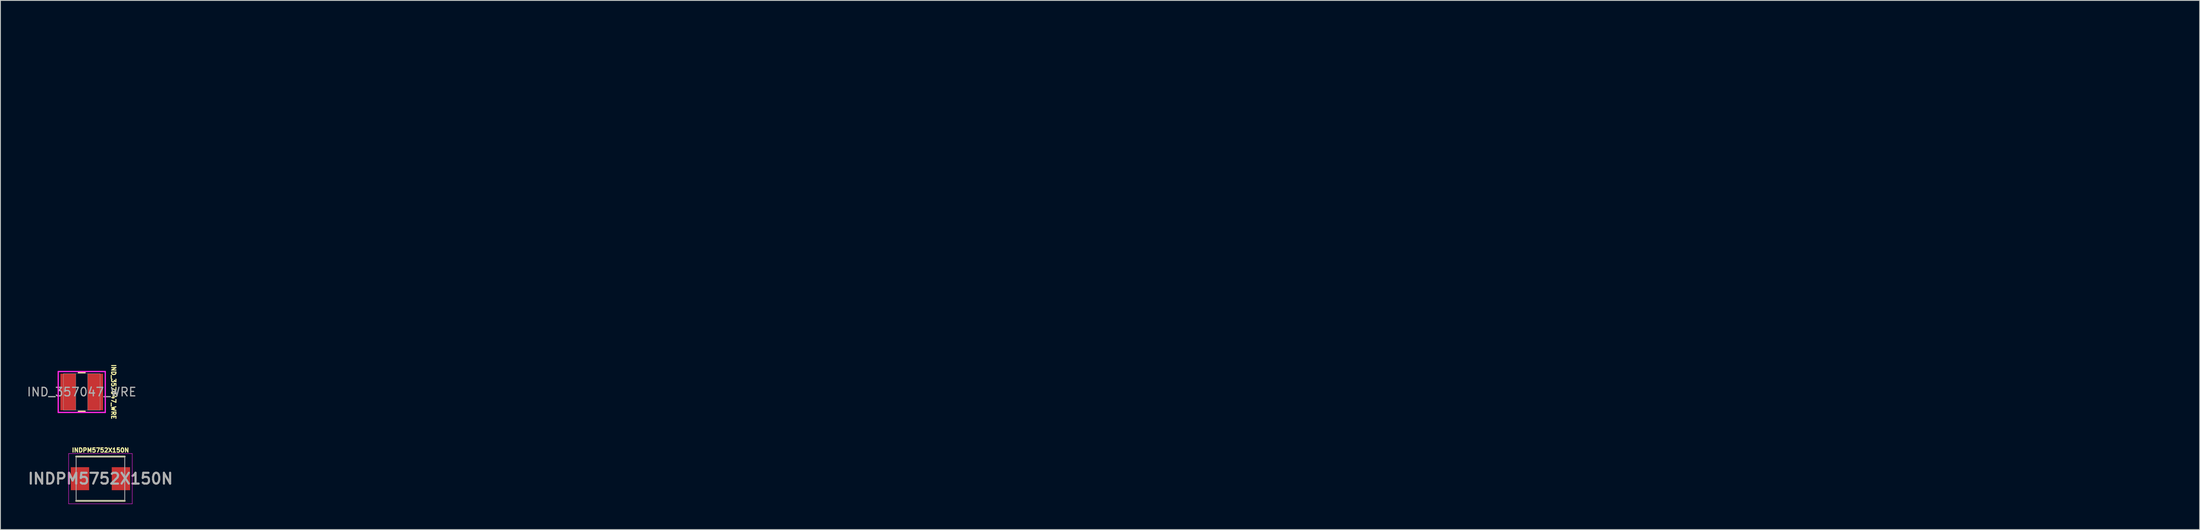
<source format=kicad_pcb>
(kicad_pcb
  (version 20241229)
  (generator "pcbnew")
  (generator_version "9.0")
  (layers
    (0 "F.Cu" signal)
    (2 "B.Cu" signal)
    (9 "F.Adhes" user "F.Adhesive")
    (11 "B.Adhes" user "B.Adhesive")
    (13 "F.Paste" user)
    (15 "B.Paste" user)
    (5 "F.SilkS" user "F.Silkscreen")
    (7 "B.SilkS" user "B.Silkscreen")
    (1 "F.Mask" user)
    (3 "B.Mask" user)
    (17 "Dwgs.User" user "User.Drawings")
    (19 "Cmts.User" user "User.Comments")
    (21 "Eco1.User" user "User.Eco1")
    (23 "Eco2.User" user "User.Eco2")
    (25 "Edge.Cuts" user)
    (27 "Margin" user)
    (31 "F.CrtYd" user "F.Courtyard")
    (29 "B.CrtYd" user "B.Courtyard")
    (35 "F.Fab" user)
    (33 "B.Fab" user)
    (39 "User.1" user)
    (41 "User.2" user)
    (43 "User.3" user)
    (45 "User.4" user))
  (footprint "IND_357047_WRE"
    (layer "F.Cu")
    (at 6.53 42.958)
    (property "Reference" "IND_357047_WRE" (at 3.73 -0.015 270) (unlocked yes) (layer "F.SilkS") (effects (font (size 0.5 0.5) (thickness 0.125))))
    (attr smd)
    (fp_line (start -0.391 2.273) (end 0.391 2.273) (stroke (width 0.152) (type solid)) (layer "F.SilkS"))
    (fp_line (start 0.391 -2.273) (end -0.391 -2.273) (stroke (width 0.152) (type solid)) (layer "F.SilkS"))
    (fp_line (start -2.756 -2.4) (end 2.756 -2.4) (stroke (width 0.152) (type solid)) (layer "F.CrtYd"))
    (fp_line (start -2.756 2.4) (end -2.756 -2.4) (stroke (width 0.152) (type solid)) (layer "F.CrtYd"))
    (fp_line (start 2.756 -2.4) (end 2.756 2.4) (stroke (width 0.152) (type solid)) (layer "F.CrtYd"))
    (fp_line (start 2.756 2.4) (end -2.756 2.4) (stroke (width 0.152) (type solid)) (layer "F.CrtYd"))
    (fp_line (start -2.146 -2.146) (end -2.146 2.146) (stroke (width 0.025) (type solid)) (layer "F.Fab"))
    (fp_line (start -2.146 -2.146) (end -2.146 2.146) (stroke (width 0.025) (type solid)) (layer "F.Fab"))
    (fp_line (start -2.146 2.146) (end -0.699 2.146) (stroke (width 0.025) (type solid)) (layer "F.Fab"))
    (fp_line (start -2.146 2.146) (end 2.146 2.146) (stroke (width 0.025) (type solid)) (layer "F.Fab"))
    (fp_line (start -0.699 -2.146) (end -2.146 -2.146) (stroke (width 0.025) (type solid)) (layer "F.Fab"))
    (fp_line (start -0.699 2.146) (end -0.699 -2.146) (stroke (width 0.025) (type solid)) (layer "F.Fab"))
    (fp_line (start 0.699 -2.146) (end 0.699 2.146) (stroke (width 0.025) (type solid)) (layer "F.Fab"))
    (fp_line (start 0.699 2.146) (end 2.146 2.146) (stroke (width 0.025) (type solid)) (layer "F.Fab"))
    (fp_line (start 2.146 -2.146) (end -2.146 -2.146) (stroke (width 0.025) (type solid)) (layer "F.Fab"))
    (fp_line (start 2.146 -2.146) (end 0.699 -2.146) (stroke (width 0.025) (type solid)) (layer "F.Fab"))
    (fp_line (start 2.146 2.146) (end 2.146 -2.146) (stroke (width 0.025) (type solid)) (layer "F.Fab"))
    (fp_line (start 2.146 2.146) (end 2.146 -2.146) (stroke (width 0.025) (type solid)) (layer "F.Fab"))
    (fp_circle (center -1.473 0) (end -1.473 0) (stroke (width 0.025) (type solid)) (fill no) (layer "F.Fab"))
    (fp_text user "${REFERENCE}" (at 0 0 0) (unlocked yes) (layer "F.Fab") (effects (font (size 1 1) (thickness 0.15))))
    (pad "1" smd rect (at -1.6 0) (size 1.803 4.293) (layers "F.Cu" "F.Mask" "F.Paste"))
    (pad "2" smd rect (at 1.6 0) (size 1.803 4.293) (layers "F.Cu" "F.Mask" "F.Paste"))
    (zone (net_name "") (layer "F.Cu") (hatch full 0.508) (connect_pads) (min_thickness 0.254) (filled_areas_thickness no) (keepout (tracks not_allowed) (vias not_allowed) (pads allowed) (copperpour not_allowed) (footprints allowed)) (placement (enabled no)) (fill) (polygon (pts (xy 250.449 0) (xy 251.744 0) (xy 251.744 4.191) (xy 250.449 4.191)))))
  (footprint "INDPM5752X150N"
    (layer "F.Cu")
    (at 8.721 53.136)
    (property "Reference" "INDPM5752X150N" (at 0.004 -3.341 0) (layer "F.SilkS") (effects (font (size 0.5 0.5) (thickness 0.125))))
    (attr smd)
    (fp_line (start -2.85 2.6) (end 2.85 2.6) (stroke (width 0.2) (type solid)) (layer "F.SilkS"))
    (fp_line (start 2.85 -2.6) (end -2.85 -2.6) (stroke (width 0.2) (type solid)) (layer "F.SilkS"))
    (fp_line (start -3.725 -2.95) (end 3.725 -2.95) (stroke (width 0.05) (type solid)) (layer "F.CrtYd"))
    (fp_line (start -3.725 2.95) (end -3.725 -2.95) (stroke (width 0.05) (type solid)) (layer "F.CrtYd"))
    (fp_line (start 3.725 -2.95) (end 3.725 2.95) (stroke (width 0.05) (type solid)) (layer "F.CrtYd"))
    (fp_line (start 3.725 2.95) (end -3.725 2.95) (stroke (width 0.05) (type solid)) (layer "F.CrtYd"))
    (fp_line (start -2.85 -2.6) (end 2.85 -2.6) (stroke (width 0.1) (type solid)) (layer "F.Fab"))
    (fp_line (start -2.85 2.6) (end -2.85 -2.6) (stroke (width 0.1) (type solid)) (layer "F.Fab"))
    (fp_line (start 2.85 -2.6) (end 2.85 2.6) (stroke (width 0.1) (type solid)) (layer "F.Fab"))
    (fp_line (start 2.85 2.6) (end -2.85 2.6) (stroke (width 0.1) (type solid)) (layer "F.Fab"))
    (fp_text user "${REFERENCE}" (at 0 0 0) (layer "F.Fab") (effects (font (size 1.27 1.27) (thickness 0.254))))
    (pad "1" smd rect (at -2.4 0) (size 2.15 2.7) (layers "F.Cu" "F.Mask" "F.Paste"))
    (pad "2" smd rect (at 2.4 0) (size 2.15 2.7) (layers "F.Cu" "F.Mask" "F.Paste")))
  (gr_rect
    (start -3 -3)
    (end 254.744 59.111)
    (stroke (width 0.1) (type default))
    (fill no)
    (layer "Edge.Cuts")))
</source>
